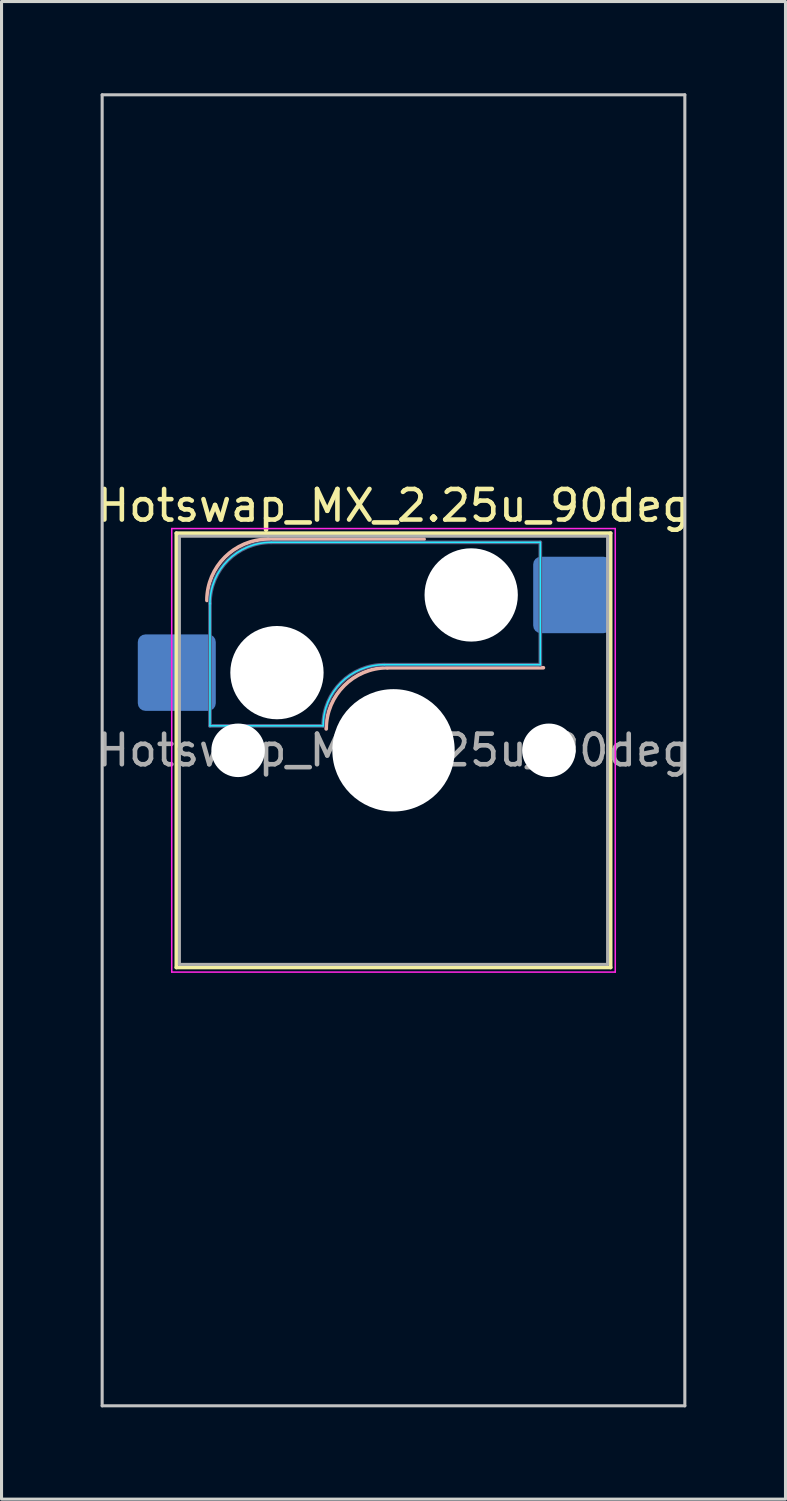
<source format=kicad_pcb>
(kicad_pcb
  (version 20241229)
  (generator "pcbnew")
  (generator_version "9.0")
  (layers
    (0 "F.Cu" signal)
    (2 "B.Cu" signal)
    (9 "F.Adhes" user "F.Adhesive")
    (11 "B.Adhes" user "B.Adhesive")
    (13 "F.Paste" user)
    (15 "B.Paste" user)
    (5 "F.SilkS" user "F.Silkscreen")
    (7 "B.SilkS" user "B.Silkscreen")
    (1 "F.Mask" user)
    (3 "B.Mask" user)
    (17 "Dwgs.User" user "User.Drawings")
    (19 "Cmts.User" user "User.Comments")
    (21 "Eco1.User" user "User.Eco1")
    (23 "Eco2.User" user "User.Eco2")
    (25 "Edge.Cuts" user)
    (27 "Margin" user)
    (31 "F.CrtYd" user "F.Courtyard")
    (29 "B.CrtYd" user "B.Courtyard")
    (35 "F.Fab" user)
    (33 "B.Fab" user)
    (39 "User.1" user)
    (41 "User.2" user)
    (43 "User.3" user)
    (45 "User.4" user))
  (footprint "Hotswap_MX_2.25u_90deg"
    (layer "F.Cu")
    (at 9.815 21.481)
    (property "Reference" "Hotswap_MX_2.25u_90deg" (at 0 -8 0) (layer "F.SilkS") (effects (font (size 1 1) (thickness 0.15))))
    (attr smd)
    (fp_line (start -7.1 -7.1) (end -7.1 7.1) (stroke (width 0.12) (type solid)) (layer "F.SilkS"))
    (fp_line (start -7.1 7.1) (end 7.1 7.1) (stroke (width 0.12) (type solid)) (layer "F.SilkS"))
    (fp_line (start 7.1 -7.1) (end -7.1 -7.1) (stroke (width 0.12) (type solid)) (layer "F.SilkS"))
    (fp_line (start 7.1 7.1) (end 7.1 -7.1) (stroke (width 0.12) (type solid)) (layer "F.SilkS"))
    (fp_line (start -4.1 -6.9) (end 1 -6.9) (stroke (width 0.12) (type solid)) (layer "B.SilkS"))
    (fp_line (start -0.2 -2.7) (end 4.9 -2.7) (stroke (width 0.12) (type solid)) (layer "B.SilkS"))
    (fp_arc (start -6.1 -4.9) (mid -5.514214 -6.314214) (end -4.1 -6.9) (stroke (width 0.12) (type solid)) (layer "B.SilkS"))
    (fp_arc (start -2.2 -0.7) (mid -1.614214 -2.114214) (end -0.2 -2.7) (stroke (width 0.12) (type solid)) (layer "B.SilkS"))
    (fp_line (start -9.525 -21.431) (end 9.525 -21.431) (stroke (width 0.1) (type solid)) (layer "Dwgs.User"))
    (fp_line (start -9.525 21.431) (end -9.525 -21.431) (stroke (width 0.1) (type solid)) (layer "Dwgs.User"))
    (fp_line (start 9.525 -21.431) (end 9.525 21.431) (stroke (width 0.1) (type solid)) (layer "Dwgs.User"))
    (fp_line (start 9.525 21.431) (end -9.525 21.431) (stroke (width 0.1) (type solid)) (layer "Dwgs.User"))
    (fp_line (start -7.8 -6) (end -7 -6) (stroke (width 0.1) (type solid)) (layer "Eco1.User"))
    (fp_line (start -7.8 -2.9) (end -7.8 -6) (stroke (width 0.1) (type solid)) (layer "Eco1.User"))
    (fp_line (start -7.8 2.9) (end -7 2.9) (stroke (width 0.1) (type solid)) (layer "Eco1.User"))
    (fp_line (start -7.8 6) (end -7.8 2.9) (stroke (width 0.1) (type solid)) (layer "Eco1.User"))
    (fp_line (start -7 -7) (end 7 -7) (stroke (width 0.1) (type solid)) (layer "Eco1.User"))
    (fp_line (start -7 -6) (end -7 -7) (stroke (width 0.1) (type solid)) (layer "Eco1.User"))
    (fp_line (start -7 -2.9) (end -7.8 -2.9) (stroke (width 0.1) (type solid)) (layer "Eco1.User"))
    (fp_line (start -7 2.9) (end -7 -2.9) (stroke (width 0.1) (type solid)) (layer "Eco1.User"))
    (fp_line (start -7 6) (end -7.8 6) (stroke (width 0.1) (type solid)) (layer "Eco1.User"))
    (fp_line (start -7 7) (end -7 6) (stroke (width 0.1) (type solid)) (layer "Eco1.User"))
    (fp_line (start 7 -7) (end 7 -6) (stroke (width 0.1) (type solid)) (layer "Eco1.User"))
    (fp_line (start 7 -6) (end 7.8 -6) (stroke (width 0.1) (type solid)) (layer "Eco1.User"))
    (fp_line (start 7 -2.9) (end 7 2.9) (stroke (width 0.1) (type solid)) (layer "Eco1.User"))
    (fp_line (start 7 2.9) (end 7.8 2.9) (stroke (width 0.1) (type solid)) (layer "Eco1.User"))
    (fp_line (start 7 6) (end 7 7) (stroke (width 0.1) (type solid)) (layer "Eco1.User"))
    (fp_line (start 7 7) (end -7 7) (stroke (width 0.1) (type solid)) (layer "Eco1.User"))
    (fp_line (start 7.8 -6) (end 7.8 -2.9) (stroke (width 0.1) (type solid)) (layer "Eco1.User"))
    (fp_line (start 7.8 -2.9) (end 7 -2.9) (stroke (width 0.1) (type solid)) (layer "Eco1.User"))
    (fp_line (start 7.8 2.9) (end 7.8 6) (stroke (width 0.1) (type solid)) (layer "Eco1.User"))
    (fp_line (start 7.8 6) (end 7 6) (stroke (width 0.1) (type solid)) (layer "Eco1.User"))
    (fp_line (start -6 -0.8) (end -6 -4.8) (stroke (width 0.05) (type solid)) (layer "B.CrtYd"))
    (fp_line (start -6 -0.8) (end -2.3 -0.8) (stroke (width 0.05) (type solid)) (layer "B.CrtYd"))
    (fp_line (start -4 -6.8) (end 4.8 -6.8) (stroke (width 0.05) (type solid)) (layer "B.CrtYd"))
    (fp_line (start -0.3 -2.8) (end 4.8 -2.8) (stroke (width 0.05) (type solid)) (layer "B.CrtYd"))
    (fp_line (start 4.8 -6.8) (end 4.8 -2.8) (stroke (width 0.05) (type solid)) (layer "B.CrtYd"))
    (fp_arc (start -6 -4.8) (mid -5.414214 -6.214214) (end -4 -6.8) (stroke (width 0.05) (type solid)) (layer "B.CrtYd"))
    (fp_arc (start -2.3 -0.8) (mid -1.714214 -2.214214) (end -0.3 -2.8) (stroke (width 0.05) (type solid)) (layer "B.CrtYd"))
    (fp_line (start -7.25 -7.25) (end -7.25 7.25) (stroke (width 0.05) (type solid)) (layer "F.CrtYd"))
    (fp_line (start -7.25 7.25) (end 7.25 7.25) (stroke (width 0.05) (type solid)) (layer "F.CrtYd"))
    (fp_line (start 7.25 -7.25) (end -7.25 -7.25) (stroke (width 0.05) (type solid)) (layer "F.CrtYd"))
    (fp_line (start 7.25 7.25) (end 7.25 -7.25) (stroke (width 0.05) (type solid)) (layer "F.CrtYd"))
    (fp_line (start -6 -0.8) (end -6 -4.8) (stroke (width 0.12) (type solid)) (layer "B.Fab"))
    (fp_line (start -6 -0.8) (end -2.3 -0.8) (stroke (width 0.12) (type solid)) (layer "B.Fab"))
    (fp_line (start -4 -6.8) (end 4.8 -6.8) (stroke (width 0.12) (type solid)) (layer "B.Fab"))
    (fp_line (start -0.3 -2.8) (end 4.8 -2.8) (stroke (width 0.12) (type solid)) (layer "B.Fab"))
    (fp_line (start 4.8 -6.8) (end 4.8 -2.8) (stroke (width 0.12) (type solid)) (layer "B.Fab"))
    (fp_arc (start -6 -4.8) (mid -5.414214 -6.214214) (end -4 -6.8) (stroke (width 0.12) (type solid)) (layer "B.Fab"))
    (fp_arc (start -2.3 -0.8) (mid -1.714214 -2.214214) (end -0.3 -2.8) (stroke (width 0.12) (type solid)) (layer "B.Fab"))
    (fp_line (start -7 -7) (end -7 7) (stroke (width 0.1) (type solid)) (layer "F.Fab"))
    (fp_line (start -7 7) (end 7 7) (stroke (width 0.1) (type solid)) (layer "F.Fab"))
    (fp_line (start 7 -7) (end -7 -7) (stroke (width 0.1) (type solid)) (layer "F.Fab"))
    (fp_line (start 7 7) (end 7 -7) (stroke (width 0.1) (type solid)) (layer "F.Fab"))
    (fp_text user "${REFERENCE}" (at 0 0 0) (layer "F.Fab") (effects (font (size 1 1) (thickness 0.15))))
    (pad "" np_thru_hole circle (at -5.08 0) (size 1.75 1.75) (drill 1.75) (layers "*.Cu" "*.Mask"))
    (pad "" np_thru_hole circle (at -3.81 -2.54) (size 3.05 3.05) (drill 3.05) (layers "*.Cu" "*.Mask"))
    (pad "" np_thru_hole circle (at 0 0) (size 4 4) (drill 4) (layers "*.Cu" "*.Mask"))
    (pad "" np_thru_hole circle (at 2.54 -5.08) (size 3.05 3.05) (drill 3.05) (layers "*.Cu" "*.Mask"))
    (pad "" np_thru_hole circle (at 5.08 0) (size 1.75 1.75) (drill 1.75) (layers "*.Cu" "*.Mask"))
    (pad "1" smd roundrect (at -7.085 -2.54) (size 2.55 2.5) (layers "B.Cu" "B.Mask" "B.Paste") (roundrect_rratio 0.1))
    (pad "2" smd roundrect (at 5.842 -5.08) (size 2.55 2.5) (layers "B.Cu" "B.Mask" "B.Paste") (roundrect_rratio 0.1)))
  (gr_rect
    (start -3 -3)
    (end 22.631 45.962)
    (stroke (width 0.1) (type default))
    (fill no)
    (layer "Edge.Cuts")))
</source>
